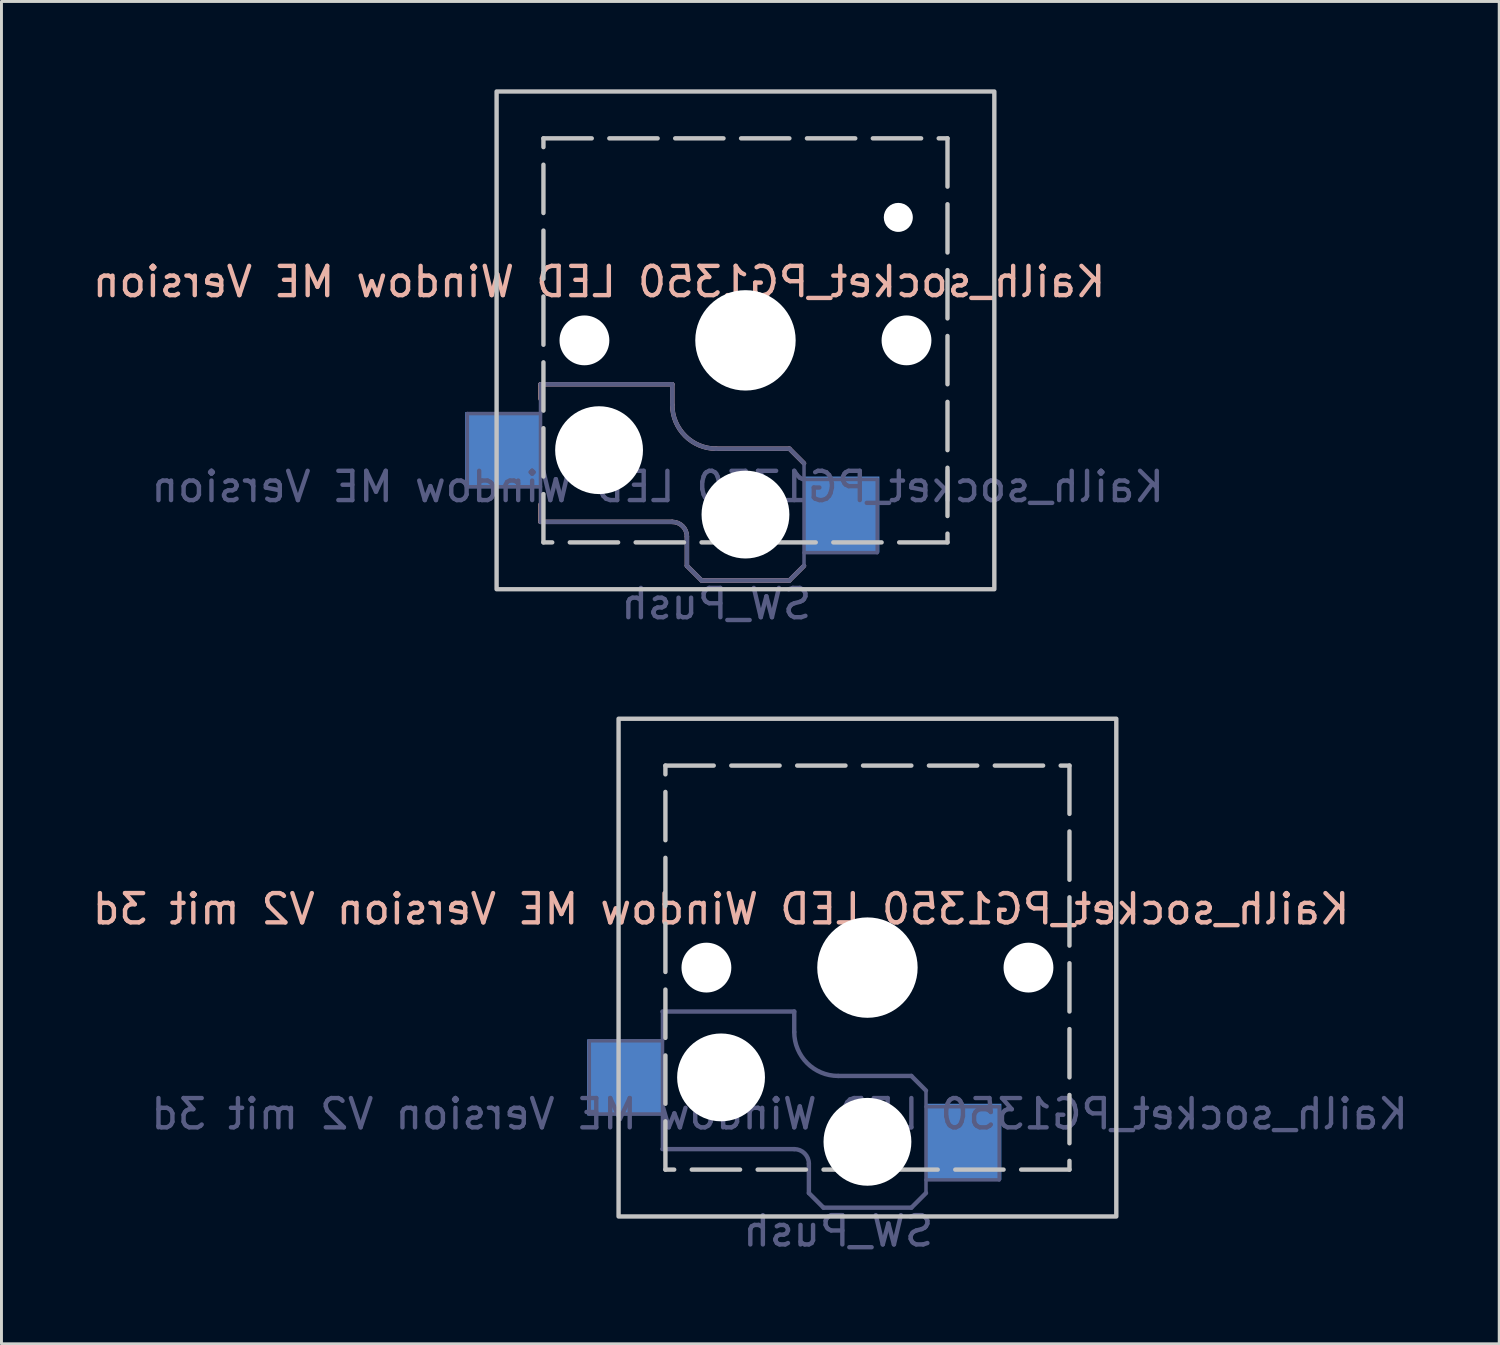
<source format=kicad_pcb>
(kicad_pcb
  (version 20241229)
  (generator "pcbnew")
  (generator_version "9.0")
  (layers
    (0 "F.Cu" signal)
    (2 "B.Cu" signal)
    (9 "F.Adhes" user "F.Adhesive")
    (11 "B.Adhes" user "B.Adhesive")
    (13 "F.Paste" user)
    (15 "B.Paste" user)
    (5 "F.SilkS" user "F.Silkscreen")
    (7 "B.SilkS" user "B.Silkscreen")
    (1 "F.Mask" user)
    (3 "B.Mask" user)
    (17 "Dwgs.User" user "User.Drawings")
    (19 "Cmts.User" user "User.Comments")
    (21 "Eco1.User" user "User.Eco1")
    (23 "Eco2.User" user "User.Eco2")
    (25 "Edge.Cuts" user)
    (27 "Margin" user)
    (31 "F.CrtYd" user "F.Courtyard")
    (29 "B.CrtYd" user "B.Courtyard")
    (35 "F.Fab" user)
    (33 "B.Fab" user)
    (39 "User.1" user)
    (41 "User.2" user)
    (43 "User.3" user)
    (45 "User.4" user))
  (footprint "Kailh_socket_PG1350 LED Window ME Version"
    (layer "F.Cu")
    (at 22.411 8.575)
    (property "Reference" "Kailh_socket_PG1350 LED Window ME Version" (at -5 -2 180) (layer "B.SilkS") (effects (font (size 1 1) (thickness 0.15)) (justify mirror)))
    (property "Value" "SW_Push" (at 0 8.255 180) (layer "F.Fab") (hide yes) (effects (font (size 1 1) (thickness 0.15))))
    (attr smd)
    (fp_line (start -7 1.5) (end -7 2) (stroke (width 0.15) (type solid)) (layer "B.SilkS"))
    (fp_line (start -7 5.6) (end -7 6.2) (stroke (width 0.15) (type solid)) (layer "B.SilkS"))
    (fp_line (start -7 6.2) (end -2.5 6.2) (stroke (width 0.15) (type solid)) (layer "B.SilkS"))
    (fp_line (start -2.5 1.5) (end -7 1.5) (stroke (width 0.15) (type solid)) (layer "B.SilkS"))
    (fp_line (start -2.5 2.2) (end -2.5 1.5) (stroke (width 0.15) (type solid)) (layer "B.SilkS"))
    (fp_line (start -2 6.7) (end -2 7.7) (stroke (width 0.15) (type solid)) (layer "B.SilkS"))
    (fp_line (start -1.5 8.2) (end -2 7.7) (stroke (width 0.15) (type solid)) (layer "B.SilkS"))
    (fp_line (start 1.5 3.7) (end -1 3.7) (stroke (width 0.15) (type solid)) (layer "B.SilkS"))
    (fp_line (start 1.5 8.2) (end -1.5 8.2) (stroke (width 0.15) (type solid)) (layer "B.SilkS"))
    (fp_line (start 2 4.2) (end 1.5 3.7) (stroke (width 0.15) (type solid)) (layer "B.SilkS"))
    (fp_line (start 2 7.7) (end 1.5 8.2) (stroke (width 0.15) (type solid)) (layer "B.SilkS"))
    (fp_arc (start -2.5 6.2) (mid -2.146447 6.346447) (end -2 6.7) (stroke (width 0.15) (type solid)) (layer "B.SilkS"))
    (fp_arc (start -1 3.7) (mid -2.06066 3.26066) (end -2.5 2.2) (stroke (width 0.15) (type solid)) (layer "B.SilkS"))
    (fp_rect (start -8.5 -8.5) (end 8.5 8.5) (stroke (width 0.15) (type default)) (fill no) (layer "Dwgs.User"))
    (fp_rect (start -6.9 -6.9) (end 6.9 6.9) (stroke (width 0.15) (type dash)) (fill no) (layer "Dwgs.User"))
    (fp_line (start -2.6 -3.1) (end -2.6 -6.3) (stroke (width 0.15) (type solid)) (layer "Eco2.User"))
    (fp_line (start -2.6 -3.1) (end 2.6 -3.1) (stroke (width 0.15) (type solid)) (layer "Eco2.User"))
    (fp_line (start 2.6 -6.3) (end -2.6 -6.3) (stroke (width 0.15) (type solid)) (layer "Eco2.User"))
    (fp_line (start 2.6 -3.1) (end 2.6 -6.3) (stroke (width 0.15) (type solid)) (layer "Eco2.User"))
    (fp_line (start -9.5 2.5) (end -7 2.5) (stroke (width 0.12) (type solid)) (layer "B.Fab"))
    (fp_line (start -9.5 5) (end -9.5 2.5) (stroke (width 0.12) (type solid)) (layer "B.Fab"))
    (fp_line (start -7 1.5) (end -7 6.2) (stroke (width 0.12) (type solid)) (layer "B.Fab"))
    (fp_line (start -7 5) (end -9.5 5) (stroke (width 0.12) (type solid)) (layer "B.Fab"))
    (fp_line (start -7 6.2) (end -2.5 6.2) (stroke (width 0.15) (type solid)) (layer "B.Fab"))
    (fp_line (start -2.5 1.5) (end -7 1.5) (stroke (width 0.15) (type solid)) (layer "B.Fab"))
    (fp_line (start -2.5 2.2) (end -2.5 1.5) (stroke (width 0.15) (type solid)) (layer "B.Fab"))
    (fp_line (start -2 6.7) (end -2 7.7) (stroke (width 0.15) (type solid)) (layer "B.Fab"))
    (fp_line (start -1.5 8.2) (end -2 7.7) (stroke (width 0.15) (type solid)) (layer "B.Fab"))
    (fp_line (start 1.5 3.7) (end -1 3.7) (stroke (width 0.15) (type solid)) (layer "B.Fab"))
    (fp_line (start 1.5 8.2) (end -1.5 8.2) (stroke (width 0.15) (type solid)) (layer "B.Fab"))
    (fp_line (start 2 4.2) (end 1.5 3.7) (stroke (width 0.15) (type solid)) (layer "B.Fab"))
    (fp_line (start 2 4.25) (end 2 7.7) (stroke (width 0.12) (type solid)) (layer "B.Fab"))
    (fp_line (start 2 4.75) (end 4.5 4.75) (stroke (width 0.12) (type solid)) (layer "B.Fab"))
    (fp_line (start 2 7.7) (end 1.5 8.2) (stroke (width 0.15) (type solid)) (layer "B.Fab"))
    (fp_line (start 4.5 4.75) (end 4.5 7.25) (stroke (width 0.12) (type solid)) (layer "B.Fab"))
    (fp_line (start 4.5 7.25) (end 2 7.25) (stroke (width 0.12) (type solid)) (layer "B.Fab"))
    (fp_arc (start -2.5 6.2) (mid -2.146447 6.346447) (end -2 6.7) (stroke (width 0.15) (type solid)) (layer "B.Fab"))
    (fp_arc (start -1 3.7) (mid -2.06066 3.26066) (end -2.5 2.2) (stroke (width 0.15) (type solid)) (layer "B.Fab"))
    (fp_text user "${REFERENCE}" (at -3 5 180) (layer "B.Fab") (effects (font (size 1 1) (thickness 0.15)) (justify mirror)))
    (fp_text user "${VALUE}" (at -1 9 180) (layer "B.Fab") (effects (font (size 1 1) (thickness 0.15)) (justify mirror)))
    (pad "" np_thru_hole circle (at -5.5 0) (size 1.702 1.702) (drill 1.702) (layers "*.Cu" "*.Mask"))
    (pad "" np_thru_hole circle (at -5 3.75) (size 3 3) (drill 3) (layers "*.Cu" "*.Mask"))
    (pad "" np_thru_hole circle (at 0 0) (size 3.429 3.429) (drill 3.429) (layers "*.Cu" "*.Mask"))
    (pad "" np_thru_hole circle (at 0 5.95) (size 3 3) (drill 3) (layers "*.Cu" "*.Mask"))
    (pad "" np_thru_hole circle (at 5.22 -4.2) (size 0.991 0.991) (drill 0.991) (layers "*.Cu" "*.Mask"))
    (pad "" np_thru_hole circle (at 5.5 0) (size 1.702 1.702) (drill 1.702) (layers "*.Cu" "*.Mask"))
    (pad "1" smd rect (at 3.275 5.95) (size 2.6 2.6) (layers "B.Cu" "B.Mask" "B.Paste"))
    (pad "2" smd rect (at -8.275 3.75) (size 2.6 2.6) (layers "B.Cu" "B.Mask" "B.Paste")))
  (footprint "Kailh_socket_PG1350 LED Window ME Version V2 mit 3d"
    (layer "F.Cu")
    (at 26.577 29.998)
    (property "Reference" "Kailh_socket_PG1350 LED Window ME Version V2 mit 3d" (at -5 -2 180) (layer "B.SilkS") (effects (font (size 1 1) (thickness 0.15)) (justify mirror)))
    (property "Value" "SW_Push" (at 0 8.255 180) (layer "F.Fab") (hide yes) (effects (font (size 1 1) (thickness 0.15))))
    (attr smd)
    (fp_rect (start -8.5 -8.5) (end 8.5 8.5) (stroke (width 0.15) (type default)) (fill no) (layer "Dwgs.User"))
    (fp_rect (start -6.9 -6.9) (end 6.9 6.9) (stroke (width 0.15) (type dash)) (fill no) (layer "Dwgs.User"))
    (fp_line (start -2.6 -3.1) (end -2.6 -6.3) (stroke (width 0.15) (type solid)) (layer "Eco2.User"))
    (fp_line (start -2.6 -3.1) (end 2.6 -3.1) (stroke (width 0.15) (type solid)) (layer "Eco2.User"))
    (fp_line (start 2.6 -6.3) (end -2.6 -6.3) (stroke (width 0.15) (type solid)) (layer "Eco2.User"))
    (fp_line (start 2.6 -3.1) (end 2.6 -6.3) (stroke (width 0.15) (type solid)) (layer "Eco2.User"))
    (fp_line (start -9.5 2.5) (end -7 2.5) (stroke (width 0.12) (type solid)) (layer "B.Fab"))
    (fp_line (start -9.5 5) (end -9.5 2.5) (stroke (width 0.12) (type solid)) (layer "B.Fab"))
    (fp_line (start -7 1.5) (end -7 6.2) (stroke (width 0.12) (type solid)) (layer "B.Fab"))
    (fp_line (start -7 5) (end -9.5 5) (stroke (width 0.12) (type solid)) (layer "B.Fab"))
    (fp_line (start -7 6.2) (end -2.5 6.2) (stroke (width 0.15) (type solid)) (layer "B.Fab"))
    (fp_line (start -2.5 1.5) (end -7 1.5) (stroke (width 0.15) (type solid)) (layer "B.Fab"))
    (fp_line (start -2.5 2.2) (end -2.5 1.5) (stroke (width 0.15) (type solid)) (layer "B.Fab"))
    (fp_line (start -2 6.7) (end -2 7.7) (stroke (width 0.15) (type solid)) (layer "B.Fab"))
    (fp_line (start -1.5 8.2) (end -2 7.7) (stroke (width 0.15) (type solid)) (layer "B.Fab"))
    (fp_line (start 1.5 3.7) (end -1 3.7) (stroke (width 0.15) (type solid)) (layer "B.Fab"))
    (fp_line (start 1.5 8.2) (end -1.5 8.2) (stroke (width 0.15) (type solid)) (layer "B.Fab"))
    (fp_line (start 2 4.2) (end 1.5 3.7) (stroke (width 0.15) (type solid)) (layer "B.Fab"))
    (fp_line (start 2 4.25) (end 2 7.7) (stroke (width 0.12) (type solid)) (layer "B.Fab"))
    (fp_line (start 2 4.75) (end 4.5 4.75) (stroke (width 0.12) (type solid)) (layer "B.Fab"))
    (fp_line (start 2 7.7) (end 1.5 8.2) (stroke (width 0.15) (type solid)) (layer "B.Fab"))
    (fp_line (start 4.5 4.75) (end 4.5 7.25) (stroke (width 0.12) (type solid)) (layer "B.Fab"))
    (fp_line (start 4.5 7.25) (end 2 7.25) (stroke (width 0.12) (type solid)) (layer "B.Fab"))
    (fp_arc (start -2.5 6.2) (mid -2.146447 6.346447) (end -2 6.7) (stroke (width 0.15) (type solid)) (layer "B.Fab"))
    (fp_arc (start -1 3.7) (mid -2.06066 3.26066) (end -2.5 2.2) (stroke (width 0.15) (type solid)) (layer "B.Fab"))
    (fp_text user "${VALUE}" (at -1 9 180) (layer "B.Fab") (effects (font (size 1 1) (thickness 0.15)) (justify mirror)))
    (fp_text user "${REFERENCE}" (at -3 5 180) (layer "B.Fab") (effects (font (size 1 1) (thickness 0.15)) (justify mirror)))
    (pad "" np_thru_hole circle (at -5.5 0) (size 1.702 1.702) (drill 1.702) (layers "*.Cu" "*.Mask"))
    (pad "" np_thru_hole circle (at -5 3.75) (size 3 3) (drill 3) (layers "*.Cu" "*.Mask"))
    (pad "" np_thru_hole circle (at 0 0) (size 3.429 3.429) (drill 3.429) (layers "*.Cu" "*.Mask"))
    (pad "" np_thru_hole circle (at 0 5.95) (size 3 3) (drill 3) (layers "*.Cu" "*.Mask"))
    (pad "" np_thru_hole circle (at 5.5 0) (size 1.702 1.702) (drill 1.702) (layers "*.Cu" "*.Mask"))
    (pad "1" smd rect (at 3.275 5.95) (size 2.6 2.6) (layers "B.Cu" "B.Mask" "B.Paste"))
    (pad "2" smd rect (at -8.275 3.75) (size 2.6 2.6) (layers "B.Cu" "B.Mask" "B.Paste")))
  (gr_rect
    (start -3 -3)
    (end 48.155 42.846)
    (stroke (width 0.1) (type default))
    (fill no)
    (layer "Edge.Cuts")))
</source>
